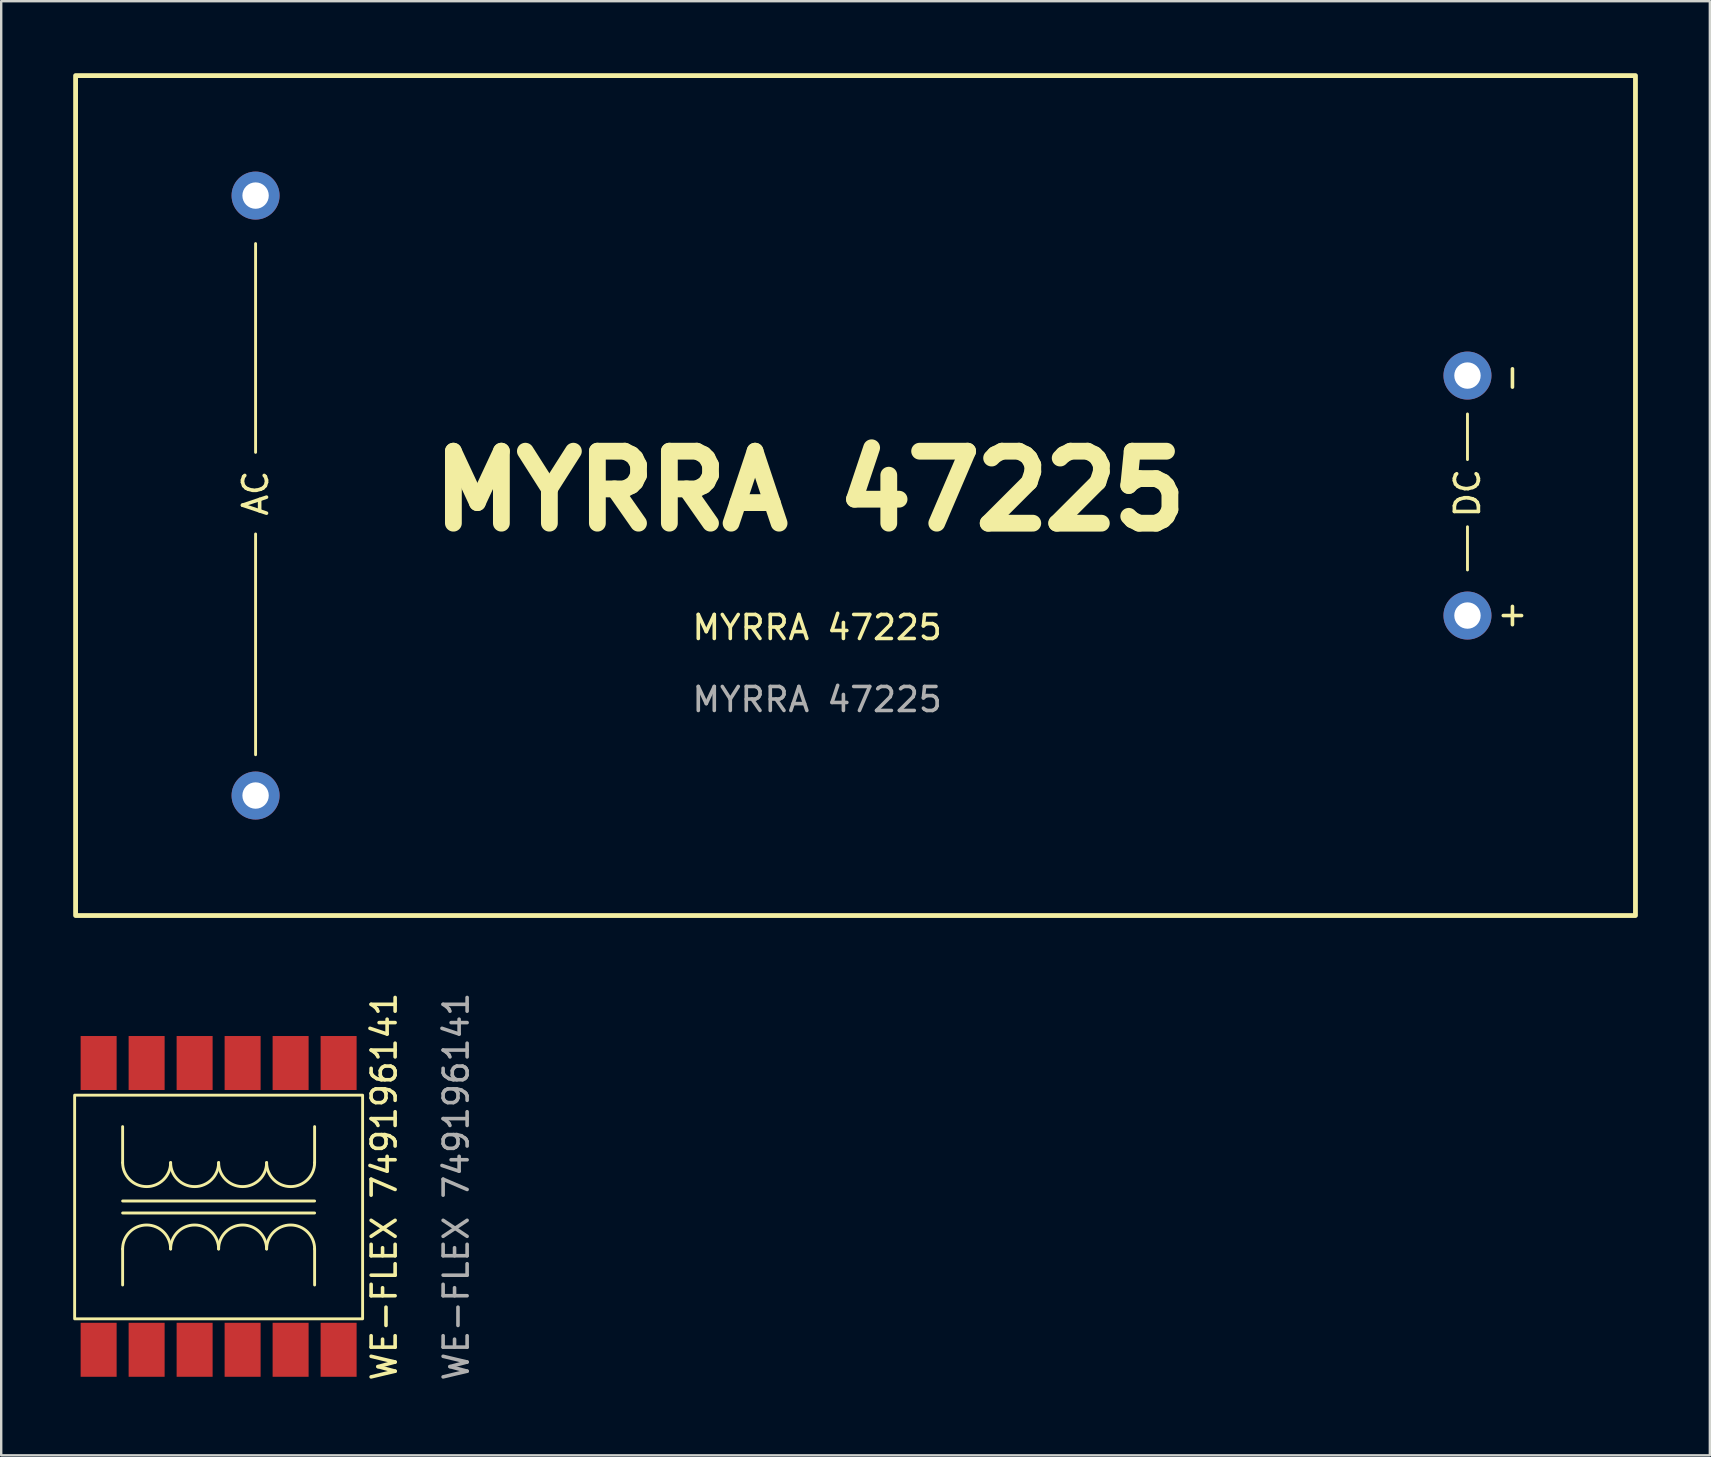
<source format=kicad_pcb>
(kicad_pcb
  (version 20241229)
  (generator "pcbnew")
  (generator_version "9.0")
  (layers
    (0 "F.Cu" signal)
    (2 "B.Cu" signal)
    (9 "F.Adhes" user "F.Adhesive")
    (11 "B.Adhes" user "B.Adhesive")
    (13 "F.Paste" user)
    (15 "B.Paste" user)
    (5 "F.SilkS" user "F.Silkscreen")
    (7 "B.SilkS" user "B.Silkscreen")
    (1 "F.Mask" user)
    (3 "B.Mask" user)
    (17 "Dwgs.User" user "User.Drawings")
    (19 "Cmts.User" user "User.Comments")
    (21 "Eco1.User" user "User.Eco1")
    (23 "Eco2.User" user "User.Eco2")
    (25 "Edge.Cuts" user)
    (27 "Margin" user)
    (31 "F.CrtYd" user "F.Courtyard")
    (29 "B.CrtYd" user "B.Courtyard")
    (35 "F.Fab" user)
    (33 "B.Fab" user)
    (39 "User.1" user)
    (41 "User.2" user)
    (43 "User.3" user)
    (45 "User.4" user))
  (footprint "WE-FLEX 749196141"
    (layer "F.Cu")
    (at 1.06 53.196)
    (property "Reference" "WE-FLEX 749196141" (at 11.9 -6.8 90) (unlocked yes) (layer "F.SilkS") (effects (font (size 1 1) (thickness 0.15))))
    (attr smd)
    (fp_line (start 1 -7.8) (end 1 -9.3) (stroke (width 0.12) (type solid)) (layer "F.SilkS"))
    (fp_line (start 1 -6.2) (end 9 -6.2) (stroke (width 0.12) (type solid)) (layer "F.SilkS"))
    (fp_line (start 1 -5.7) (end 9 -5.7) (stroke (width 0.12) (type solid)) (layer "F.SilkS"))
    (fp_line (start 1 -4.2) (end 1 -2.7) (stroke (width 0.12) (type solid)) (layer "F.SilkS"))
    (fp_line (start 9 -7.8) (end 9 -9.3) (stroke (width 0.12) (type solid)) (layer "F.SilkS"))
    (fp_line (start 9 -4.2) (end 9 -2.7) (stroke (width 0.12) (type solid)) (layer "F.SilkS"))
    (fp_rect (start -1 -10.61) (end 11 -1.29) (stroke (width 0.12) (type solid)) (fill no) (layer "F.SilkS"))
    (fp_arc (start 1 -4.2) (mid 2 -5.2) (end 3 -4.2) (stroke (width 0.12) (type solid)) (layer "F.SilkS"))
    (fp_arc (start 3 -7.8) (mid 2 -6.8) (end 1 -7.8) (stroke (width 0.12) (type solid)) (layer "F.SilkS"))
    (fp_arc (start 3 -4.2) (mid 4 -5.2) (end 5 -4.2) (stroke (width 0.12) (type solid)) (layer "F.SilkS"))
    (fp_arc (start 5 -7.8) (mid 4 -6.8) (end 3 -7.8) (stroke (width 0.12) (type solid)) (layer "F.SilkS"))
    (fp_arc (start 5 -4.2) (mid 6 -5.2) (end 7 -4.2) (stroke (width 0.12) (type solid)) (layer "F.SilkS"))
    (fp_arc (start 7 -7.8) (mid 6 -6.8) (end 5 -7.8) (stroke (width 0.12) (type solid)) (layer "F.SilkS"))
    (fp_arc (start 7 -4.2) (mid 8 -5.2) (end 9 -4.2) (stroke (width 0.12) (type solid)) (layer "F.SilkS"))
    (fp_arc (start 9 -7.8) (mid 8 -6.8) (end 7 -7.8) (stroke (width 0.12) (type solid)) (layer "F.SilkS"))
    (fp_text user "${REFERENCE}" (at 14.9 -6.8 90) (unlocked yes) (layer "F.Fab") (effects (font (size 1 1) (thickness 0.15))))
    (pad "1" smd rect (at 0 0) (size 1.5 2.25) (layers "F.Cu" "F.Mask" "F.Paste"))
    (pad "2" smd rect (at 2 0) (size 1.5 2.25) (layers "F.Cu" "F.Mask" "F.Paste"))
    (pad "3" smd rect (at 4 0) (size 1.5 2.25) (layers "F.Cu" "F.Mask" "F.Paste"))
    (pad "4" smd rect (at 6 0) (size 1.5 2.25) (layers "F.Cu" "F.Mask" "F.Paste"))
    (pad "5" smd rect (at 8 0) (size 1.5 2.25) (layers "F.Cu" "F.Mask" "F.Paste"))
    (pad "6" smd rect (at 10 0) (size 1.5 2.25) (layers "F.Cu" "F.Mask" "F.Paste"))
    (pad "7" smd rect (at 10 -11.95) (size 1.5 2.25) (layers "F.Cu" "F.Mask" "F.Paste"))
    (pad "8" smd rect (at 8 -11.95) (size 1.5 2.25) (layers "F.Cu" "F.Mask" "F.Paste"))
    (pad "9" smd rect (at 6 -11.95) (size 1.5 2.25) (layers "F.Cu" "F.Mask" "F.Paste"))
    (pad "10" smd rect (at 4 -11.95) (size 1.5 2.25) (layers "F.Cu" "F.Mask" "F.Paste"))
    (pad "11" smd rect (at 2 -11.95) (size 1.5 2.25) (layers "F.Cu" "F.Mask" "F.Paste"))
    (pad "12" smd rect (at 0 -11.95) (size 1.5 2.25) (layers "F.Cu" "F.Mask" "F.Paste")))
  (footprint "MYRRA 47225"
    (layer "F.Cu")
    (at 7.6 5.1)
    (property "Reference" "MYRRA 47225" (at 23.4 18 0) (unlocked yes) (layer "F.SilkS") (effects (font (size 1 1) (thickness 0.15))))
    (attr through_hole)
    (fp_line (start 0 2) (end 0 10.7) (stroke (width 0.12) (type solid)) (layer "F.SilkS"))
    (fp_line (start 0 23.3) (end 0 14.1) (stroke (width 0.12) (type solid)) (layer "F.SilkS"))
    (fp_line (start 50.5 9.1) (end 50.5 11) (stroke (width 0.12) (type solid)) (layer "F.SilkS"))
    (fp_line (start 50.5 13.8) (end 50.5 15.6) (stroke (width 0.12) (type solid)) (layer "F.SilkS"))
    (fp_rect (start -7.5 -5) (end 57.5 30) (stroke (width 0.2) (type solid)) (fill no) (layer "F.SilkS"))
    (fp_text user "-" (at 52.3 7.6 90) (unlocked yes) (layer "F.SilkS") (effects (font (size 1 1) (thickness 0.15))))
    (fp_text user "DC" (at 50.5 12.4 90) (unlocked yes) (layer "F.SilkS") (effects (font (size 1 1) (thickness 0.15))))
    (fp_text user "AC" (at 0 12.4 90) (unlocked yes) (layer "F.SilkS") (effects (font (size 1 1) (thickness 0.15))))
    (fp_text user "+" (at 52.3 17.5 90) (unlocked yes) (layer "F.SilkS") (effects (font (size 1 1) (thickness 0.15))))
    (fp_text user "MYRRA 47225" (at 23.1 12.3 0) (unlocked yes) (layer "F.SilkS") (effects (font (size 3 3) (thickness 0.7))))
    (fp_text user "${REFERENCE}" (at 23.4 21 0) (unlocked yes) (layer "F.Fab") (effects (font (size 1 1) (thickness 0.15))))
    (pad "1" thru_hole circle (at 0 0) (size 2 2) (drill 1.1) (layers "*.Cu" "*.Mask"))
    (pad "2" thru_hole circle (at 0 25) (size 2 2) (drill 1.1) (layers "*.Cu" "*.Mask"))
    (pad "3" thru_hole circle (at 50.5 7.5) (size 2 2) (drill 1.1) (layers "*.Cu" "*.Mask"))
    (pad "4" thru_hole circle (at 50.5 17.5) (size 2 2) (drill 1.1) (layers "*.Cu" "*.Mask")))
  (gr_rect
    (start -3 -3)
    (end 68.2 57.593)
    (stroke (width 0.1) (type default))
    (fill no)
    (layer "Edge.Cuts")))
</source>
